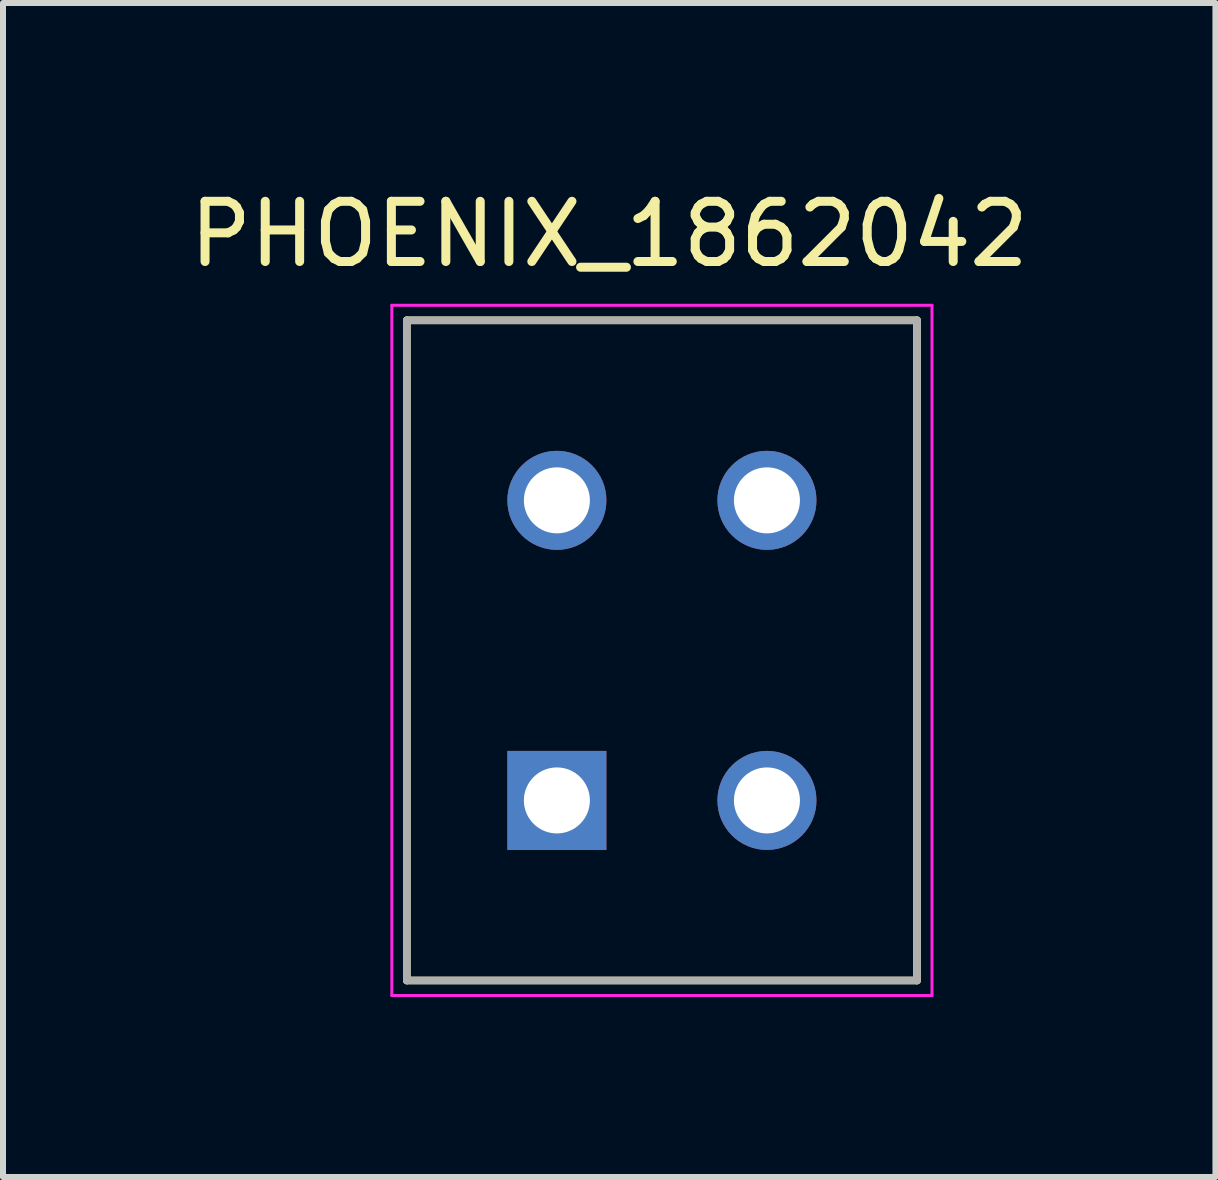
<source format=kicad_pcb>
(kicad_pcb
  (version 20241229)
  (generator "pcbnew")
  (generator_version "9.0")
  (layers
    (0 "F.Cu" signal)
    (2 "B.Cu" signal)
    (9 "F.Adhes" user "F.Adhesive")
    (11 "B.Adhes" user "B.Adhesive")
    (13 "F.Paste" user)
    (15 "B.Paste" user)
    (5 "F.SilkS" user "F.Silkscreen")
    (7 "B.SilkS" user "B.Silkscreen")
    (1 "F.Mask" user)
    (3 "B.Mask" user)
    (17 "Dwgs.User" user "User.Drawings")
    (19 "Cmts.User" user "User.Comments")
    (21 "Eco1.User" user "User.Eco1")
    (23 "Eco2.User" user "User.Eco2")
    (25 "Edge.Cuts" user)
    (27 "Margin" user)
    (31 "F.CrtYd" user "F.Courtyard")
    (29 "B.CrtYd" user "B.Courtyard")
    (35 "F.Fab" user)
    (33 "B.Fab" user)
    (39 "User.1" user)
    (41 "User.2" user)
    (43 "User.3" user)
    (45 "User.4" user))
  (footprint "PHOENIX_1862042"
    (layer "F.Cu")
    (at 7.979 7.787)
    (property "Reference" "PHOENIX_1862042" (at -0.878 -6.936 0) (layer "F.SilkS") (effects (font (size 1.003 1.003) (thickness 0.15))))
    (attr through_hole)
    (fp_line (start -4.25 -5.5) (end 4.25 -5.5) (stroke (width 0.127) (type solid)) (layer "F.SilkS"))
    (fp_line (start -4.25 5.5) (end -4.25 -5.5) (stroke (width 0.127) (type solid)) (layer "F.SilkS"))
    (fp_line (start 4.25 -5.5) (end 4.25 5.5) (stroke (width 0.127) (type solid)) (layer "F.SilkS"))
    (fp_line (start 4.25 5.5) (end -4.25 5.5) (stroke (width 0.127) (type solid)) (layer "F.SilkS"))
    (fp_line (start -4.5 -5.75) (end 4.5 -5.75) (stroke (width 0.05) (type solid)) (layer "F.CrtYd"))
    (fp_line (start -4.5 5.75) (end -4.5 -5.75) (stroke (width 0.05) (type solid)) (layer "F.CrtYd"))
    (fp_line (start 4.5 -5.75) (end 4.5 5.75) (stroke (width 0.05) (type solid)) (layer "F.CrtYd"))
    (fp_line (start 4.5 5.75) (end -4.5 5.75) (stroke (width 0.05) (type solid)) (layer "F.CrtYd"))
    (fp_line (start -4.25 -5.5) (end 4.25 -5.5) (stroke (width 0.127) (type solid)) (layer "F.Fab"))
    (fp_line (start -4.25 5.5) (end -4.25 -5.5) (stroke (width 0.127) (type solid)) (layer "F.Fab"))
    (fp_line (start 4.25 -5.5) (end 4.25 5.5) (stroke (width 0.127) (type solid)) (layer "F.Fab"))
    (fp_line (start 4.25 5.5) (end -4.25 5.5) (stroke (width 0.127) (type solid)) (layer "F.Fab"))
    (pad "1" thru_hole rect (at -1.75 2.5) (size 1.65 1.65) (drill 1.1) (layers "*.Cu" "*.Mask"))
    (pad "2" thru_hole circle (at -1.75 -2.5) (size 1.65 1.65) (drill 1.1) (layers "*.Cu" "*.Mask"))
    (pad "3" thru_hole circle (at 1.75 2.5) (size 1.65 1.65) (drill 1.1) (layers "*.Cu" "*.Mask"))
    (pad "4" thru_hole circle (at 1.75 -2.5) (size 1.65 1.65) (drill 1.1) (layers "*.Cu" "*.Mask")))
  (gr_rect
    (start -3 -3)
    (end 17.202 16.562)
    (stroke (width 0.1) (type default))
    (fill no)
    (layer "Edge.Cuts")))
</source>
